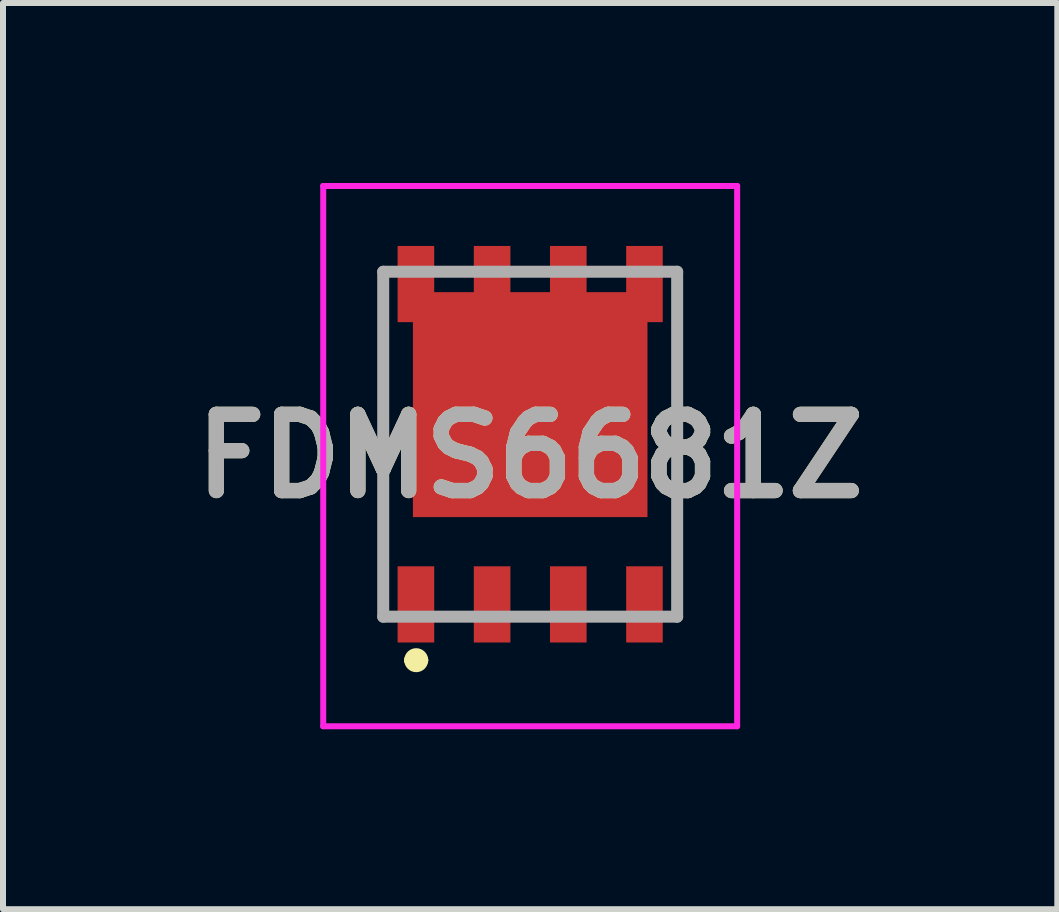
<source format=kicad_pcb>
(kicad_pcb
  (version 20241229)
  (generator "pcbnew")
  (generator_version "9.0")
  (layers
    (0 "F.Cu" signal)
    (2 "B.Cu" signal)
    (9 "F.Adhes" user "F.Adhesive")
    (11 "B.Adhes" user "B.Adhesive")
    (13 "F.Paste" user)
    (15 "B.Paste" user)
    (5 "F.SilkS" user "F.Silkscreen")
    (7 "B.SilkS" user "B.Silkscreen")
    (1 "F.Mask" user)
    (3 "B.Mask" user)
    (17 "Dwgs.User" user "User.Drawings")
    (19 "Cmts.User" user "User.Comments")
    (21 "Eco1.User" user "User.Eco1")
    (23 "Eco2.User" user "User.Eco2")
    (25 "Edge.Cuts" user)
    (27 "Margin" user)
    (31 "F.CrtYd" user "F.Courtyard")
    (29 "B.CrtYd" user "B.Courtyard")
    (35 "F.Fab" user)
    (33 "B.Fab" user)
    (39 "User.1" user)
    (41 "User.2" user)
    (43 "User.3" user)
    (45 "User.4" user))
  (footprint "FDMS6681Z"
    (layer "F.Cu")
    (at 5.788 4.553)
    (property "Reference" "FDMS6681Z" (at 0 0 0) (layer "F.SilkS") (effects (font (size 1.27 1.27) (thickness 0.254))))
    (attr smd)
    (fp_line (start -2.45 -3.073) (end -2.45 2.677) (stroke (width 0.1) (type solid)) (layer "F.SilkS"))
    (fp_line (start -2 3.402) (end -2 3.402) (stroke (width 0.2) (type solid)) (layer "F.SilkS"))
    (fp_line (start -1.8 3.402) (end -1.8 3.402) (stroke (width 0.2) (type solid)) (layer "F.SilkS"))
    (fp_line (start 2.45 -3.073) (end 2.45 2.677) (stroke (width 0.1) (type solid)) (layer "F.SilkS"))
    (fp_arc (start -2 3.402) (mid -1.9 3.302) (end -1.8 3.402) (stroke (width 0.2) (type solid)) (layer "F.SilkS"))
    (fp_arc (start -1.8 3.402) (mid -1.9 3.502) (end -2 3.402) (stroke (width 0.2) (type solid)) (layer "F.SilkS"))
    (fp_line (start -3.45 -4.503) (end 3.45 -4.503) (stroke (width 0.1) (type solid)) (layer "F.CrtYd"))
    (fp_line (start -3.45 4.503) (end -3.45 -4.503) (stroke (width 0.1) (type solid)) (layer "F.CrtYd"))
    (fp_line (start 3.45 -4.503) (end 3.45 4.503) (stroke (width 0.1) (type solid)) (layer "F.CrtYd"))
    (fp_line (start 3.45 4.503) (end -3.45 4.503) (stroke (width 0.1) (type solid)) (layer "F.CrtYd"))
    (fp_line (start -2.45 -3.073) (end 2.45 -3.073) (stroke (width 0.2) (type solid)) (layer "F.Fab"))
    (fp_line (start -2.45 2.677) (end -2.45 -3.073) (stroke (width 0.2) (type solid)) (layer "F.Fab"))
    (fp_line (start 2.45 -3.073) (end 2.45 2.677) (stroke (width 0.2) (type solid)) (layer "F.Fab"))
    (fp_line (start 2.45 2.677) (end -2.45 2.677) (stroke (width 0.2) (type solid)) (layer "F.Fab"))
    (fp_text user "${REFERENCE}" (at 0 0 0) (layer "F.Fab") (effects (font (size 1.27 1.27) (thickness 0.254))))
    (pad "1" smd rect (at -1.905 2.472) (size 0.61 1.27) (layers "F.Cu" "F.Mask" "F.Paste"))
    (pad "2" smd rect (at -0.635 2.472) (size 0.61 1.27) (layers "F.Cu" "F.Mask" "F.Paste"))
    (pad "3" smd rect (at 0.635 2.472) (size 0.61 1.27) (layers "F.Cu" "F.Mask" "F.Paste"))
    (pad "4" smd rect (at 1.905 2.472) (size 0.61 1.27) (layers "F.Cu" "F.Mask" "F.Paste"))
    (pad "5" smd rect (at 1.905 -2.868) (size 0.61 1.27) (layers "F.Cu" "F.Mask" "F.Paste"))
    (pad "6" smd rect (at 0.635 -2.868) (size 0.61 1.27) (layers "F.Cu" "F.Mask" "F.Paste"))
    (pad "7" smd rect (at -0.635 -2.868) (size 0.61 1.27) (layers "F.Cu" "F.Mask" "F.Paste"))
    (pad "8" smd rect (at -1.905 -2.868) (size 0.61 1.27) (layers "F.Cu" "F.Mask" "F.Paste"))
    (pad "9" smd rect (at 0 -0.858 90) (size 3.75 3.91) (layers "F.Cu" "F.Mask" "F.Paste")))
  (gr_rect
    (start -3 -3)
    (end 14.575 12.106)
    (stroke (width 0.1) (type default))
    (fill no)
    (layer "Edge.Cuts")))
</source>
